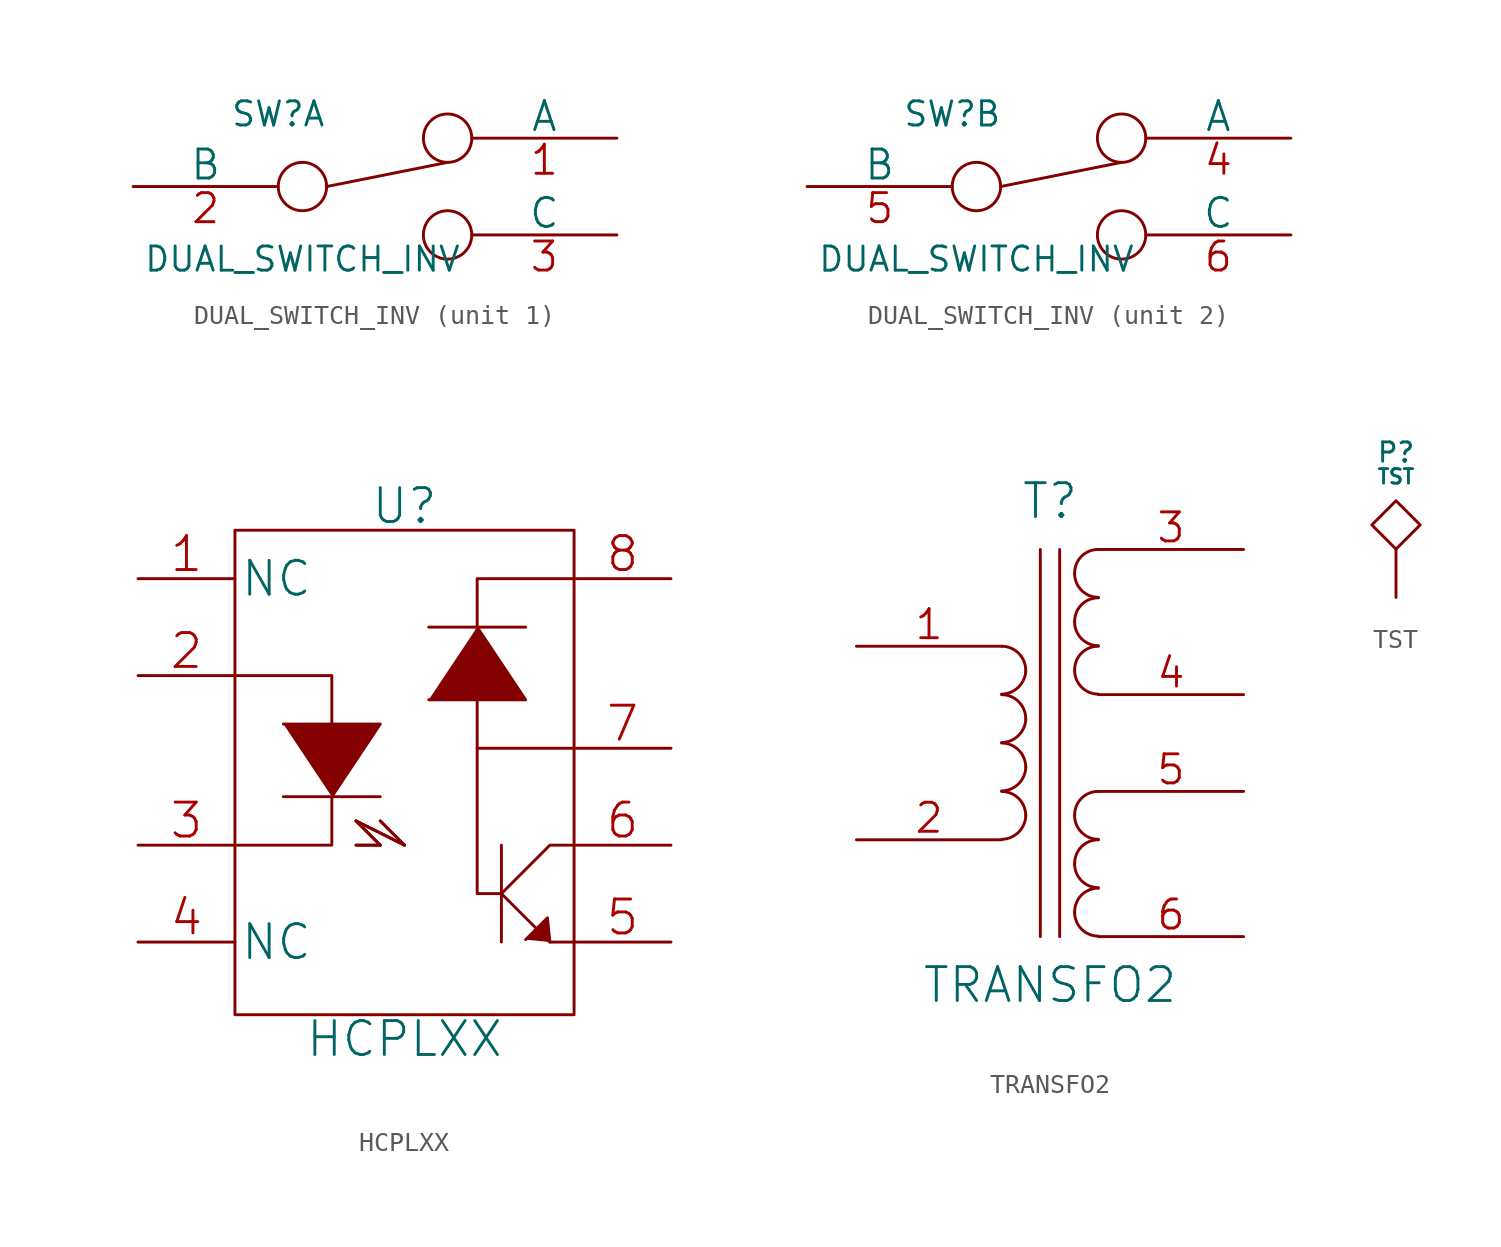
<source format=kicad_sym>
(kicad_symbol_lib
  (version 20231120)
  (generator "kicad_symbol_editor")
  (generator_version "8.0")
  (symbol "DUAL_SWITCH_INV"
    (pin_names
      (offset 0))
    (property "Reference" "SW"
      (at -5.08 3.81 0)
      (effects (font (size 1.27 1.27))))
    (property "Value" "DUAL_SWITCH_INV"
      (at -3.81 -3.81 0)
      (effects (font (size 1.27 1.27))))
    (property "Footprint" ""
      (at 0 0 0)
      (effects (font (size 1.524 1.524))))
    (property "Datasheet" ""
      (at 0 0 0)
      (effects (font (size 1.524 1.524))))
    (symbol "DUAL_SWITCH_INV_0_0"
      (circle (center -3.81 0) (radius 1.27) (stroke (width 0) (type solid)) (fill (type none)))
      (circle (center 3.81 -2.54) (radius 1.27) (stroke (width 0) (type solid)) (fill (type none))))
    (symbol "DUAL_SWITCH_INV_0_1"
      (polyline (pts (xy -2.54 0) (xy 3.81 1.27)) (stroke (width 0) (type solid)) (fill (type none)))
      (circle (center 3.81 2.54) (radius 1.27) (stroke (width 0) (type solid)) (fill (type none))))
    (symbol "DUAL_SWITCH_INV_1_1"
      (pin passive line (at 12.7 2.54 180) (length 7.62) (name "A" (effects (font (size 1.524 1.524)))) (number "1" (effects (font (size 1.524 1.524)))))
      (pin passive line (at -12.7 0 0) (length 7.62) (name "B" (effects (font (size 1.524 1.524)))) (number "2" (effects (font (size 1.524 1.524)))))
      (pin passive line (at 12.7 -2.54 180) (length 7.62) (name "C" (effects (font (size 1.524 1.524)))) (number "3" (effects (font (size 1.524 1.524))))))
    (symbol "DUAL_SWITCH_INV_2_1"
      (pin passive line (at 12.7 2.54 180) (length 7.62) (name "A" (effects (font (size 1.524 1.524)))) (number "4" (effects (font (size 1.524 1.524)))))
      (pin passive line (at -12.7 0 0) (length 7.62) (name "B" (effects (font (size 1.524 1.524)))) (number "5" (effects (font (size 1.524 1.524)))))
      (pin passive line (at 12.7 -2.54 180) (length 7.62) (name "C" (effects (font (size 1.524 1.524)))) (number "6" (effects (font (size 1.524 1.524)))))))
  (symbol "HCPLXX"
    (pin_names
      (offset 0.254))
    (property "Reference" "U"
      (at 0 13.97 0)
      (effects (font (size 1.778 1.778))))
    (property "Value" "HCPLXX"
      (at 0 -13.97 0)
      (effects (font (size 1.778 1.778))))
    (property "Footprint" ""
      (at 0 0 0)
      (effects (font (size 1.524 1.524))))
    (property "Datasheet" ""
      (at 0 0 0)
      (effects (font (size 1.524 1.524))))
    (symbol "HCPLXX_0_0"
      (polyline (pts (xy -6.35 -1.27) (xy -1.27 -1.27)) (stroke (width 0) (type solid)) (fill (type none)))
      (polyline (pts (xy -2.54 -2.54) (xy -1.27 -3.81)) (stroke (width 0) (type solid)) (fill (type none)))
      (polyline (pts (xy -2.54 -2.54) (xy -1.27 -3.81)) (stroke (width 0) (type solid)) (fill (type none)))
      (polyline (pts (xy -2.54 -2.54) (xy 0 -3.81)) (stroke (width 0) (type solid)) (fill (type none)))
      (polyline (pts (xy -2.54 -2.54) (xy 0 -3.81)) (stroke (width 0) (type solid)) (fill (type none)))
      (polyline (pts (xy -1.27 -3.81) (xy -1.27 -3.81) (xy -2.54 -3.81)) (stroke (width 0) (type solid)) (fill (type none)))
      (polyline (pts (xy -1.27 -3.81) (xy -1.27 -3.81) (xy -2.54 -3.81)) (stroke (width 0) (type solid)) (fill (type none)))
      (polyline (pts (xy -1.27 -2.54) (xy 0 -3.81) (xy -1.27 -2.54)) (stroke (width 0) (type solid)) (fill (type none)))
      (polyline (pts (xy -1.27 -2.54) (xy 0 -3.81) (xy -1.27 -2.54)) (stroke (width 0) (type solid)) (fill (type none))))
    (symbol "HCPLXX_0_1"
      (rectangle (start -8.89 12.7) (end 8.89 -12.7) (stroke (width 0) (type solid)) (fill (type none)))
      (polyline (pts (xy 5.08 -3.81) (xy 5.08 -8.89)) (stroke (width 0) (type solid)) (fill (type none)))
      (polyline (pts (xy 5.08 5.08) (xy 5.08 5.08)) (stroke (width 0) (type solid)) (fill (type outline)))
      (polyline (pts (xy -8.89 5.08) (xy -3.81 5.08) (xy -3.81 2.54)) (stroke (width 0) (type solid)) (fill (type none)))
      (polyline (pts (xy -6.35 2.54) (xy -1.27 2.54) (xy -3.81 -1.27)) (stroke (width 0) (type solid)) (fill (type outline)))
      (polyline (pts (xy -3.81 -1.27) (xy -3.81 -3.81) (xy -8.89 -3.81)) (stroke (width 0) (type solid)) (fill (type none)))
      (polyline (pts (xy 1.27 7.62) (xy 6.35 7.62) (xy 6.35 7.62)) (stroke (width 0) (type solid)) (fill (type background)))
      (polyline (pts (xy 5.08 -6.35) (xy 7.62 -8.89) (xy 8.89 -8.89)) (stroke (width 0) (type solid)) (fill (type none)))
      (polyline (pts (xy 5.08 -6.35) (xy 7.62 -3.81) (xy 8.89 -3.81)) (stroke (width 0) (type solid)) (fill (type none)))
      (polyline (pts (xy 7.62 -8.89) (xy 7.493 -7.62) (xy 6.35 -8.763)) (stroke (width 0) (type solid)) (fill (type outline)))
      (polyline (pts (xy 1.27 3.81) (xy 6.35 3.81) (xy 3.81 7.62) (xy 3.81 7.62)) (stroke (width 0) (type solid)) (fill (type outline)))
      (polyline (pts (xy 3.81 1.27) (xy 3.81 10.16) (xy 8.89 10.16) (xy 8.89 10.16)) (stroke (width 0) (type solid)) (fill (type none)))
      (polyline (pts (xy 5.08 -6.35) (xy 3.81 -6.35) (xy 3.81 1.27) (xy 8.89 1.27)) (stroke (width 0) (type solid)) (fill (type none))))
    (symbol "HCPLXX_1_1"
      (pin unspecified line (at -13.97 10.16 0) (length 5.08) (name "NC" (effects (font (size 1.778 1.778)))) (number "1" (effects (font (size 1.778 1.778)))))
      (pin input line (at -13.97 5.08 0) (length 5.08) (name "~" (effects (font (size 1.778 1.778)))) (number "2" (effects (font (size 1.778 1.778)))))
      (pin output line (at -13.97 -3.81 0) (length 5.08) (name "~" (effects (font (size 1.778 1.778)))) (number "3" (effects (font (size 1.778 1.778)))))
      (pin input line (at -13.97 -8.89 0) (length 5.08) (name "NC" (effects (font (size 1.778 1.778)))) (number "4" (effects (font (size 1.778 1.778)))))
      (pin input line (at 13.97 -8.89 180) (length 5.08) (name "~" (effects (font (size 1.778 1.778)))) (number "5" (effects (font (size 1.778 1.778)))))
      (pin input line (at 13.97 -3.81 180) (length 5.08) (name "~" (effects (font (size 1.778 1.778)))) (number "6" (effects (font (size 1.778 1.778)))))
      (pin unspecified line (at 13.97 1.27 180) (length 5.08) (name "~" (effects (font (size 1.778 1.778)))) (number "7" (effects (font (size 1.778 1.778)))))
      (pin input line (at 13.97 10.16 180) (length 5.08) (name "~" (effects (font (size 1.778 1.778)))) (number "8" (effects (font (size 1.778 1.778)))))))
  (symbol "TRANSFO2"
    (pin_names
      (offset 1.016) hide)
    (property "Reference" "T"
      (at 0 12.7 0)
      (effects (font (size 1.778 1.778))))
    (property "Value" "TRANSFO2"
      (at 0 -12.7 0)
      (effects (font (size 1.778 1.778))))
    (property "Footprint" ""
      (at 0 0 0)
      (effects (font (size 1.524 1.524))))
    (property "Datasheet" ""
      (at 0 0 0)
      (effects (font (size 1.524 1.524))))
    (symbol "TRANSFO2_0_1"
      (arc (start -2.54 -5.0546) (mid -1.6599 -4.6901) (end -1.27 -3.81) (stroke (width 0) (type solid)) (fill (type none)))
      (arc (start -2.54 -2.5146) (mid -1.6599 -2.1501) (end -1.27 -1.27) (stroke (width 0) (type solid)) (fill (type none)))
      (arc (start -2.54 0.0254) (mid -1.6599 0.3899) (end -1.27 1.27) (stroke (width 0) (type solid)) (fill (type none)))
      (arc (start -2.54 2.5654) (mid -1.6599 2.9299) (end -1.27 3.81) (stroke (width 0) (type solid)) (fill (type none)))
      (arc (start -1.27 -3.81) (mid -1.642 -2.912) (end -2.54 -2.54) (stroke (width 0) (type solid)) (fill (type none)))
      (arc (start -1.27 -1.27) (mid -1.642 -0.372) (end -2.54 0) (stroke (width 0) (type solid)) (fill (type none)))
      (arc (start -1.27 1.27) (mid -1.642 2.168) (end -2.54 2.54) (stroke (width 0) (type solid)) (fill (type none)))
      (arc (start -1.27 3.81) (mid -1.642 4.708) (end -2.54 5.08) (stroke (width 0) (type solid)) (fill (type none)))
      (polyline (pts (xy -0.508 -10.16) (xy -0.508 10.16)) (stroke (width 0) (type solid)) (fill (type none)))
      (polyline (pts (xy 0.508 10.16) (xy 0.508 -10.16)) (stroke (width 0) (type solid)) (fill (type none)))
      (arc (start 1.2954 -8.89) (mid 1.6599 -9.7701) (end 2.54 -10.1346) (stroke (width 0) (type solid)) (fill (type none)))
      (arc (start 1.2954 -6.35) (mid 1.6599 -7.2301) (end 2.54 -7.5946) (stroke (width 0) (type solid)) (fill (type none)))
      (arc (start 1.2954 -3.81) (mid 1.6599 -4.6901) (end 2.54 -5.0546) (stroke (width 0) (type solid)) (fill (type none)))
      (arc (start 1.2954 3.81) (mid 1.6599 2.9299) (end 2.54 2.5654) (stroke (width 0) (type solid)) (fill (type none)))
      (arc (start 1.2954 6.35) (mid 1.6599 5.4699) (end 2.54 5.1054) (stroke (width 0) (type solid)) (fill (type none)))
      (arc (start 1.2954 8.89) (mid 1.6599 8.0099) (end 2.54 7.6454) (stroke (width 0) (type solid)) (fill (type none)))
      (arc (start 2.54 -7.62) (mid 1.642 -7.992) (end 1.2954 -8.89) (stroke (width 0) (type solid)) (fill (type none)))
      (arc (start 2.54 -5.08) (mid 1.642 -5.452) (end 1.2954 -6.35) (stroke (width 0) (type solid)) (fill (type none)))
      (arc (start 2.54 -2.54) (mid 1.642 -2.912) (end 1.2954 -3.81) (stroke (width 0) (type solid)) (fill (type none)))
      (arc (start 2.54 5.08) (mid 1.642 4.708) (end 1.2954 3.81) (stroke (width 0) (type solid)) (fill (type none)))
      (arc (start 2.54 7.62) (mid 1.642 7.248) (end 1.2954 6.35) (stroke (width 0) (type solid)) (fill (type none)))
      (arc (start 2.54 10.16) (mid 1.642 9.788) (end 1.2954 8.89) (stroke (width 0) (type solid)) (fill (type none))))
    (symbol "TRANSFO2_1_1"
      (pin passive line (at -10.16 5.08 0) (length 7.62) (name "AA" (effects (font (size 1.524 1.524)))) (number "1" (effects (font (size 1.524 1.524)))))
      (pin passive line (at -10.16 -5.08 0) (length 7.62) (name "AB" (effects (font (size 1.524 1.524)))) (number "2" (effects (font (size 1.524 1.524)))))
      (pin passive line (at 10.16 10.16 180) (length 7.62) (name "SA" (effects (font (size 1.524 1.524)))) (number "3" (effects (font (size 1.524 1.524)))))
      (pin passive line (at 10.16 2.54 180) (length 7.62) (name "SB" (effects (font (size 1.524 1.524)))) (number "4" (effects (font (size 1.524 1.524)))))
      (pin passive line (at 10.16 -2.54 180) (length 7.62) (name "SC" (effects (font (size 1.524 1.524)))) (number "5" (effects (font (size 1.524 1.524)))))
      (pin passive line (at 10.16 -10.16 180) (length 7.62) (name "SD" (effects (font (size 1.524 1.524)))) (number "6" (effects (font (size 1.524 1.524)))))))
  (symbol "TST"
    (pin_numbers hide)
    (pin_names
      (offset 1.016) hide)
    (property "Reference" "P"
      (at 0 7.62 0)
      (effects (font (size 1.016 1.016))))
    (property "Value" "TST"
      (at 0 6.35 0)
      (effects (font (size 0.762 0.762))))
    (property "Footprint" ""
      (at 0 0 0)
      (effects (font (size 1.524 1.524))))
    (property "Datasheet" ""
      (at 0 0 0)
      (effects (font (size 1.524 1.524))))
    (symbol "TST_0_1"
      (polyline (pts (xy 0 5.08) (xy -1.27 3.81) (xy 0 2.54) (xy 1.27 3.81) (xy 0 5.08) (xy 0 5.08)) (stroke (width 0) (type solid)) (fill (type none))))
    (symbol "TST_1_1"
      (pin passive line (at 0 0 90) (length 2.54) (name "~" (effects (font (size 1.016 1.016)))) (number "1" (effects (font (size 1.016 1.016))))))))
</source>
